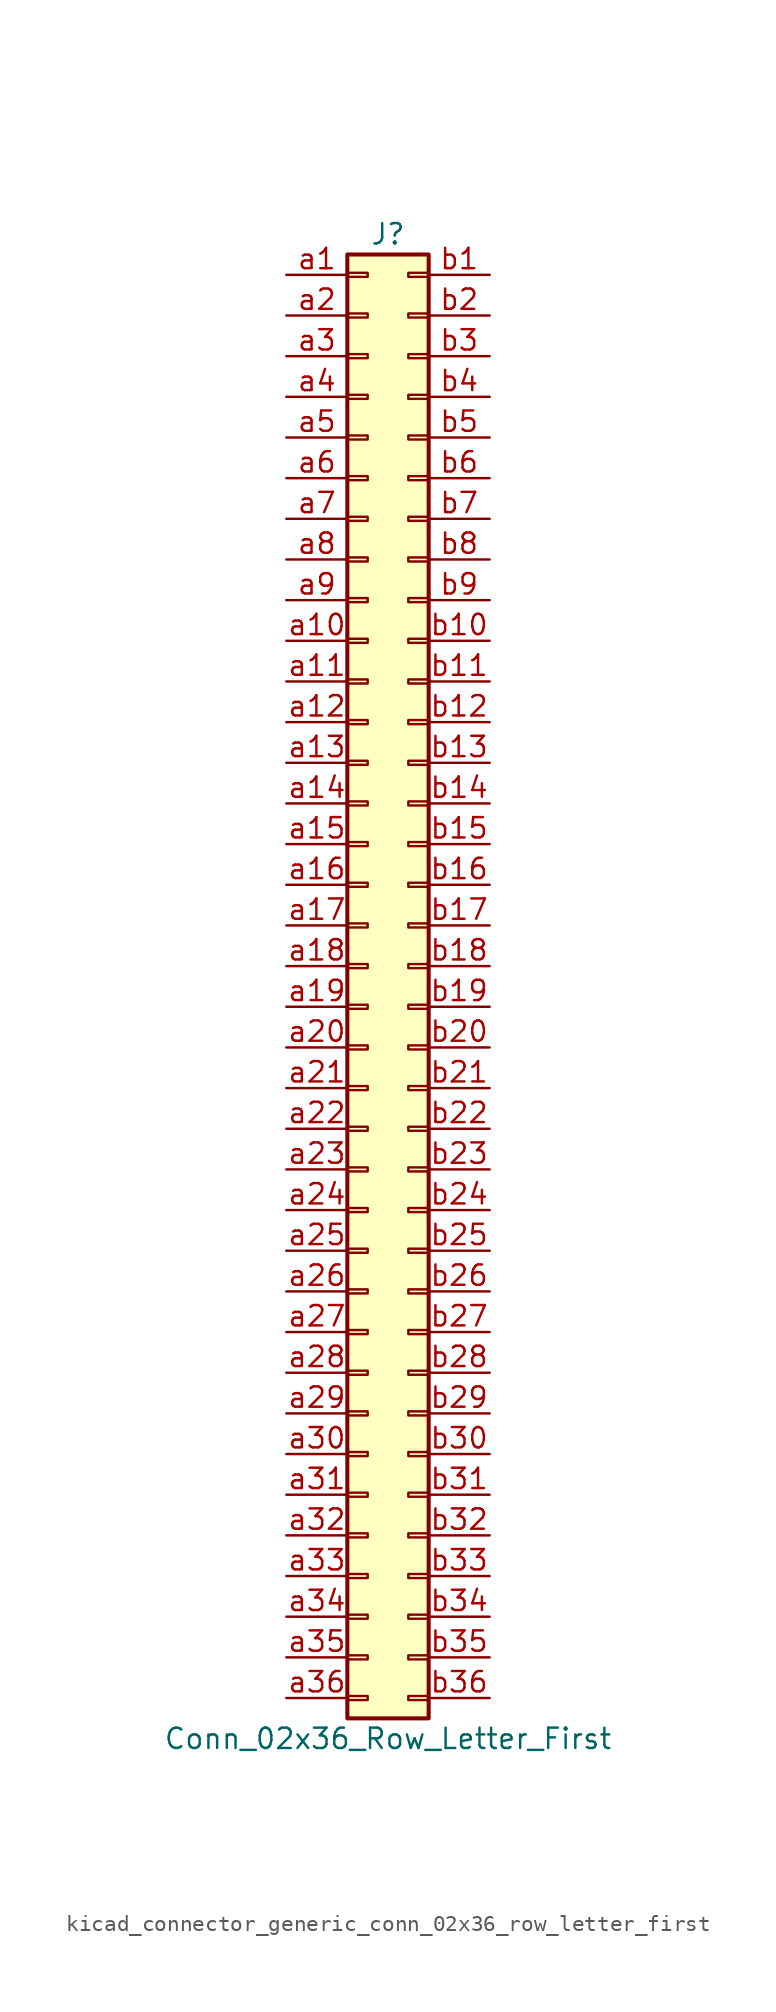
<source format=kicad_sym>
(kicad_symbol_lib
  (version 20220914)
  (generator kicad_symbol_editor)
  (symbol "kicad_connector_generic_conn_02x36_row_letter_first"
    (pin_names
      (offset 1.016) hide)
    (property "Reference" "J"
      (at 1.27 45.72 0)
      (effects (font (size 1.27 1.27))))
    (property "Value" "Conn_02x36_Row_Letter_First"
      (at 1.27 -48.26 0)
      (effects (font (size 1.27 1.27))))
    (symbol "kicad_connector_generic_conn_02x36_row_letter_first_1_1"
      (rectangle (start -1.27 -45.593) (end 0 -45.847) (stroke (width 0.152) (type default)) (fill (type none)))
      (rectangle (start -1.27 -43.053) (end 0 -43.307) (stroke (width 0.152) (type default)) (fill (type none)))
      (rectangle (start -1.27 -40.513) (end 0 -40.767) (stroke (width 0.152) (type default)) (fill (type none)))
      (rectangle (start -1.27 -37.973) (end 0 -38.227) (stroke (width 0.152) (type default)) (fill (type none)))
      (rectangle (start -1.27 -35.433) (end 0 -35.687) (stroke (width 0.152) (type default)) (fill (type none)))
      (rectangle (start -1.27 -32.893) (end 0 -33.147) (stroke (width 0.152) (type default)) (fill (type none)))
      (rectangle (start -1.27 -30.353) (end 0 -30.607) (stroke (width 0.152) (type default)) (fill (type none)))
      (rectangle (start -1.27 -27.813) (end 0 -28.067) (stroke (width 0.152) (type default)) (fill (type none)))
      (rectangle (start -1.27 -25.273) (end 0 -25.527) (stroke (width 0.152) (type default)) (fill (type none)))
      (rectangle (start -1.27 -22.733) (end 0 -22.987) (stroke (width 0.152) (type default)) (fill (type none)))
      (rectangle (start -1.27 -20.193) (end 0 -20.447) (stroke (width 0.152) (type default)) (fill (type none)))
      (rectangle (start -1.27 -17.653) (end 0 -17.907) (stroke (width 0.152) (type default)) (fill (type none)))
      (rectangle (start -1.27 -15.113) (end 0 -15.367) (stroke (width 0.152) (type default)) (fill (type none)))
      (rectangle (start -1.27 -12.573) (end 0 -12.827) (stroke (width 0.152) (type default)) (fill (type none)))
      (rectangle (start -1.27 -10.033) (end 0 -10.287) (stroke (width 0.152) (type default)) (fill (type none)))
      (rectangle (start -1.27 -7.493) (end 0 -7.747) (stroke (width 0.152) (type default)) (fill (type none)))
      (rectangle (start -1.27 -4.953) (end 0 -5.207) (stroke (width 0.152) (type default)) (fill (type none)))
      (rectangle (start -1.27 -2.413) (end 0 -2.667) (stroke (width 0.152) (type default)) (fill (type none)))
      (rectangle (start -1.27 0.127) (end 0 -0.127) (stroke (width 0.152) (type default)) (fill (type none)))
      (rectangle (start -1.27 2.667) (end 0 2.413) (stroke (width 0.152) (type default)) (fill (type none)))
      (rectangle (start -1.27 5.207) (end 0 4.953) (stroke (width 0.152) (type default)) (fill (type none)))
      (rectangle (start -1.27 7.747) (end 0 7.493) (stroke (width 0.152) (type default)) (fill (type none)))
      (rectangle (start -1.27 10.287) (end 0 10.033) (stroke (width 0.152) (type default)) (fill (type none)))
      (rectangle (start -1.27 12.827) (end 0 12.573) (stroke (width 0.152) (type default)) (fill (type none)))
      (rectangle (start -1.27 15.367) (end 0 15.113) (stroke (width 0.152) (type default)) (fill (type none)))
      (rectangle (start -1.27 17.907) (end 0 17.653) (stroke (width 0.152) (type default)) (fill (type none)))
      (rectangle (start -1.27 20.447) (end 0 20.193) (stroke (width 0.152) (type default)) (fill (type none)))
      (rectangle (start -1.27 22.987) (end 0 22.733) (stroke (width 0.152) (type default)) (fill (type none)))
      (rectangle (start -1.27 25.527) (end 0 25.273) (stroke (width 0.152) (type default)) (fill (type none)))
      (rectangle (start -1.27 28.067) (end 0 27.813) (stroke (width 0.152) (type default)) (fill (type none)))
      (rectangle (start -1.27 30.607) (end 0 30.353) (stroke (width 0.152) (type default)) (fill (type none)))
      (rectangle (start -1.27 33.147) (end 0 32.893) (stroke (width 0.152) (type default)) (fill (type none)))
      (rectangle (start -1.27 35.687) (end 0 35.433) (stroke (width 0.152) (type default)) (fill (type none)))
      (rectangle (start -1.27 38.227) (end 0 37.973) (stroke (width 0.152) (type default)) (fill (type none)))
      (rectangle (start -1.27 40.767) (end 0 40.513) (stroke (width 0.152) (type default)) (fill (type none)))
      (rectangle (start -1.27 43.307) (end 0 43.053) (stroke (width 0.152) (type default)) (fill (type none)))
      (rectangle (start -1.27 44.45) (end 3.81 -46.99) (stroke (width 0.254) (type default)) (fill (type background)))
      (rectangle (start 3.81 -45.593) (end 2.54 -45.847) (stroke (width 0.152) (type default)) (fill (type none)))
      (rectangle (start 3.81 -43.053) (end 2.54 -43.307) (stroke (width 0.152) (type default)) (fill (type none)))
      (rectangle (start 3.81 -40.513) (end 2.54 -40.767) (stroke (width 0.152) (type default)) (fill (type none)))
      (rectangle (start 3.81 -37.973) (end 2.54 -38.227) (stroke (width 0.152) (type default)) (fill (type none)))
      (rectangle (start 3.81 -35.433) (end 2.54 -35.687) (stroke (width 0.152) (type default)) (fill (type none)))
      (rectangle (start 3.81 -32.893) (end 2.54 -33.147) (stroke (width 0.152) (type default)) (fill (type none)))
      (rectangle (start 3.81 -30.353) (end 2.54 -30.607) (stroke (width 0.152) (type default)) (fill (type none)))
      (rectangle (start 3.81 -27.813) (end 2.54 -28.067) (stroke (width 0.152) (type default)) (fill (type none)))
      (rectangle (start 3.81 -25.273) (end 2.54 -25.527) (stroke (width 0.152) (type default)) (fill (type none)))
      (rectangle (start 3.81 -22.733) (end 2.54 -22.987) (stroke (width 0.152) (type default)) (fill (type none)))
      (rectangle (start 3.81 -20.193) (end 2.54 -20.447) (stroke (width 0.152) (type default)) (fill (type none)))
      (rectangle (start 3.81 -17.653) (end 2.54 -17.907) (stroke (width 0.152) (type default)) (fill (type none)))
      (rectangle (start 3.81 -15.113) (end 2.54 -15.367) (stroke (width 0.152) (type default)) (fill (type none)))
      (rectangle (start 3.81 -12.573) (end 2.54 -12.827) (stroke (width 0.152) (type default)) (fill (type none)))
      (rectangle (start 3.81 -10.033) (end 2.54 -10.287) (stroke (width 0.152) (type default)) (fill (type none)))
      (rectangle (start 3.81 -7.493) (end 2.54 -7.747) (stroke (width 0.152) (type default)) (fill (type none)))
      (rectangle (start 3.81 -4.953) (end 2.54 -5.207) (stroke (width 0.152) (type default)) (fill (type none)))
      (rectangle (start 3.81 -2.413) (end 2.54 -2.667) (stroke (width 0.152) (type default)) (fill (type none)))
      (rectangle (start 3.81 0.127) (end 2.54 -0.127) (stroke (width 0.152) (type default)) (fill (type none)))
      (rectangle (start 3.81 2.667) (end 2.54 2.413) (stroke (width 0.152) (type default)) (fill (type none)))
      (rectangle (start 3.81 5.207) (end 2.54 4.953) (stroke (width 0.152) (type default)) (fill (type none)))
      (rectangle (start 3.81 7.747) (end 2.54 7.493) (stroke (width 0.152) (type default)) (fill (type none)))
      (rectangle (start 3.81 10.287) (end 2.54 10.033) (stroke (width 0.152) (type default)) (fill (type none)))
      (rectangle (start 3.81 12.827) (end 2.54 12.573) (stroke (width 0.152) (type default)) (fill (type none)))
      (rectangle (start 3.81 15.367) (end 2.54 15.113) (stroke (width 0.152) (type default)) (fill (type none)))
      (rectangle (start 3.81 17.907) (end 2.54 17.653) (stroke (width 0.152) (type default)) (fill (type none)))
      (rectangle (start 3.81 20.447) (end 2.54 20.193) (stroke (width 0.152) (type default)) (fill (type none)))
      (rectangle (start 3.81 22.987) (end 2.54 22.733) (stroke (width 0.152) (type default)) (fill (type none)))
      (rectangle (start 3.81 25.527) (end 2.54 25.273) (stroke (width 0.152) (type default)) (fill (type none)))
      (rectangle (start 3.81 28.067) (end 2.54 27.813) (stroke (width 0.152) (type default)) (fill (type none)))
      (rectangle (start 3.81 30.607) (end 2.54 30.353) (stroke (width 0.152) (type default)) (fill (type none)))
      (rectangle (start 3.81 33.147) (end 2.54 32.893) (stroke (width 0.152) (type default)) (fill (type none)))
      (rectangle (start 3.81 35.687) (end 2.54 35.433) (stroke (width 0.152) (type default)) (fill (type none)))
      (rectangle (start 3.81 38.227) (end 2.54 37.973) (stroke (width 0.152) (type default)) (fill (type none)))
      (rectangle (start 3.81 40.767) (end 2.54 40.513) (stroke (width 0.152) (type default)) (fill (type none)))
      (rectangle (start 3.81 43.307) (end 2.54 43.053) (stroke (width 0.152) (type default)) (fill (type none)))
      (pin passive line (at -5.08 43.18 0) (length 3.81) (name "Pin_a1" (effects (font (size 1.27 1.27)))) (number "a1" (effects (font (size 1.27 1.27)))))
      (pin passive line (at -5.08 20.32 0) (length 3.81) (name "Pin_a10" (effects (font (size 1.27 1.27)))) (number "a10" (effects (font (size 1.27 1.27)))))
      (pin passive line (at -5.08 17.78 0) (length 3.81) (name "Pin_a11" (effects (font (size 1.27 1.27)))) (number "a11" (effects (font (size 1.27 1.27)))))
      (pin passive line (at -5.08 15.24 0) (length 3.81) (name "Pin_a12" (effects (font (size 1.27 1.27)))) (number "a12" (effects (font (size 1.27 1.27)))))
      (pin passive line (at -5.08 12.7 0) (length 3.81) (name "Pin_a13" (effects (font (size 1.27 1.27)))) (number "a13" (effects (font (size 1.27 1.27)))))
      (pin passive line (at -5.08 10.16 0) (length 3.81) (name "Pin_a14" (effects (font (size 1.27 1.27)))) (number "a14" (effects (font (size 1.27 1.27)))))
      (pin passive line (at -5.08 7.62 0) (length 3.81) (name "Pin_a15" (effects (font (size 1.27 1.27)))) (number "a15" (effects (font (size 1.27 1.27)))))
      (pin passive line (at -5.08 5.08 0) (length 3.81) (name "Pin_a16" (effects (font (size 1.27 1.27)))) (number "a16" (effects (font (size 1.27 1.27)))))
      (pin passive line (at -5.08 2.54 0) (length 3.81) (name "Pin_a17" (effects (font (size 1.27 1.27)))) (number "a17" (effects (font (size 1.27 1.27)))))
      (pin passive line (at -5.08 0 0) (length 3.81) (name "Pin_a18" (effects (font (size 1.27 1.27)))) (number "a18" (effects (font (size 1.27 1.27)))))
      (pin passive line (at -5.08 -2.54 0) (length 3.81) (name "Pin_a19" (effects (font (size 1.27 1.27)))) (number "a19" (effects (font (size 1.27 1.27)))))
      (pin passive line (at -5.08 40.64 0) (length 3.81) (name "Pin_a2" (effects (font (size 1.27 1.27)))) (number "a2" (effects (font (size 1.27 1.27)))))
      (pin passive line (at -5.08 -5.08 0) (length 3.81) (name "Pin_a20" (effects (font (size 1.27 1.27)))) (number "a20" (effects (font (size 1.27 1.27)))))
      (pin passive line (at -5.08 -7.62 0) (length 3.81) (name "Pin_a21" (effects (font (size 1.27 1.27)))) (number "a21" (effects (font (size 1.27 1.27)))))
      (pin passive line (at -5.08 -10.16 0) (length 3.81) (name "Pin_a22" (effects (font (size 1.27 1.27)))) (number "a22" (effects (font (size 1.27 1.27)))))
      (pin passive line (at -5.08 -12.7 0) (length 3.81) (name "Pin_a23" (effects (font (size 1.27 1.27)))) (number "a23" (effects (font (size 1.27 1.27)))))
      (pin passive line (at -5.08 -15.24 0) (length 3.81) (name "Pin_a24" (effects (font (size 1.27 1.27)))) (number "a24" (effects (font (size 1.27 1.27)))))
      (pin passive line (at -5.08 -17.78 0) (length 3.81) (name "Pin_a25" (effects (font (size 1.27 1.27)))) (number "a25" (effects (font (size 1.27 1.27)))))
      (pin passive line (at -5.08 -20.32 0) (length 3.81) (name "Pin_a26" (effects (font (size 1.27 1.27)))) (number "a26" (effects (font (size 1.27 1.27)))))
      (pin passive line (at -5.08 -22.86 0) (length 3.81) (name "Pin_a27" (effects (font (size 1.27 1.27)))) (number "a27" (effects (font (size 1.27 1.27)))))
      (pin passive line (at -5.08 -25.4 0) (length 3.81) (name "Pin_a28" (effects (font (size 1.27 1.27)))) (number "a28" (effects (font (size 1.27 1.27)))))
      (pin passive line (at -5.08 -27.94 0) (length 3.81) (name "Pin_a29" (effects (font (size 1.27 1.27)))) (number "a29" (effects (font (size 1.27 1.27)))))
      (pin passive line (at -5.08 38.1 0) (length 3.81) (name "Pin_a3" (effects (font (size 1.27 1.27)))) (number "a3" (effects (font (size 1.27 1.27)))))
      (pin passive line (at -5.08 -30.48 0) (length 3.81) (name "Pin_a30" (effects (font (size 1.27 1.27)))) (number "a30" (effects (font (size 1.27 1.27)))))
      (pin passive line (at -5.08 -33.02 0) (length 3.81) (name "Pin_a31" (effects (font (size 1.27 1.27)))) (number "a31" (effects (font (size 1.27 1.27)))))
      (pin passive line (at -5.08 -35.56 0) (length 3.81) (name "Pin_a32" (effects (font (size 1.27 1.27)))) (number "a32" (effects (font (size 1.27 1.27)))))
      (pin passive line (at -5.08 -38.1 0) (length 3.81) (name "Pin_a33" (effects (font (size 1.27 1.27)))) (number "a33" (effects (font (size 1.27 1.27)))))
      (pin passive line (at -5.08 -40.64 0) (length 3.81) (name "Pin_a34" (effects (font (size 1.27 1.27)))) (number "a34" (effects (font (size 1.27 1.27)))))
      (pin passive line (at -5.08 -43.18 0) (length 3.81) (name "Pin_a35" (effects (font (size 1.27 1.27)))) (number "a35" (effects (font (size 1.27 1.27)))))
      (pin passive line (at -5.08 -45.72 0) (length 3.81) (name "Pin_a36" (effects (font (size 1.27 1.27)))) (number "a36" (effects (font (size 1.27 1.27)))))
      (pin passive line (at -5.08 35.56 0) (length 3.81) (name "Pin_a4" (effects (font (size 1.27 1.27)))) (number "a4" (effects (font (size 1.27 1.27)))))
      (pin passive line (at -5.08 33.02 0) (length 3.81) (name "Pin_a5" (effects (font (size 1.27 1.27)))) (number "a5" (effects (font (size 1.27 1.27)))))
      (pin passive line (at -5.08 30.48 0) (length 3.81) (name "Pin_a6" (effects (font (size 1.27 1.27)))) (number "a6" (effects (font (size 1.27 1.27)))))
      (pin passive line (at -5.08 27.94 0) (length 3.81) (name "Pin_a7" (effects (font (size 1.27 1.27)))) (number "a7" (effects (font (size 1.27 1.27)))))
      (pin passive line (at -5.08 25.4 0) (length 3.81) (name "Pin_a8" (effects (font (size 1.27 1.27)))) (number "a8" (effects (font (size 1.27 1.27)))))
      (pin passive line (at -5.08 22.86 0) (length 3.81) (name "Pin_a9" (effects (font (size 1.27 1.27)))) (number "a9" (effects (font (size 1.27 1.27)))))
      (pin passive line (at 7.62 43.18 180) (length 3.81) (name "Pin_b1" (effects (font (size 1.27 1.27)))) (number "b1" (effects (font (size 1.27 1.27)))))
      (pin passive line (at 7.62 20.32 180) (length 3.81) (name "Pin_b10" (effects (font (size 1.27 1.27)))) (number "b10" (effects (font (size 1.27 1.27)))))
      (pin passive line (at 7.62 17.78 180) (length 3.81) (name "Pin_b11" (effects (font (size 1.27 1.27)))) (number "b11" (effects (font (size 1.27 1.27)))))
      (pin passive line (at 7.62 15.24 180) (length 3.81) (name "Pin_b12" (effects (font (size 1.27 1.27)))) (number "b12" (effects (font (size 1.27 1.27)))))
      (pin passive line (at 7.62 12.7 180) (length 3.81) (name "Pin_b13" (effects (font (size 1.27 1.27)))) (number "b13" (effects (font (size 1.27 1.27)))))
      (pin passive line (at 7.62 10.16 180) (length 3.81) (name "Pin_b14" (effects (font (size 1.27 1.27)))) (number "b14" (effects (font (size 1.27 1.27)))))
      (pin passive line (at 7.62 7.62 180) (length 3.81) (name "Pin_b15" (effects (font (size 1.27 1.27)))) (number "b15" (effects (font (size 1.27 1.27)))))
      (pin passive line (at 7.62 5.08 180) (length 3.81) (name "Pin_b16" (effects (font (size 1.27 1.27)))) (number "b16" (effects (font (size 1.27 1.27)))))
      (pin passive line (at 7.62 2.54 180) (length 3.81) (name "Pin_b17" (effects (font (size 1.27 1.27)))) (number "b17" (effects (font (size 1.27 1.27)))))
      (pin passive line (at 7.62 0 180) (length 3.81) (name "Pin_b18" (effects (font (size 1.27 1.27)))) (number "b18" (effects (font (size 1.27 1.27)))))
      (pin passive line (at 7.62 -2.54 180) (length 3.81) (name "Pin_b19" (effects (font (size 1.27 1.27)))) (number "b19" (effects (font (size 1.27 1.27)))))
      (pin passive line (at 7.62 40.64 180) (length 3.81) (name "Pin_b2" (effects (font (size 1.27 1.27)))) (number "b2" (effects (font (size 1.27 1.27)))))
      (pin passive line (at 7.62 -5.08 180) (length 3.81) (name "Pin_b20" (effects (font (size 1.27 1.27)))) (number "b20" (effects (font (size 1.27 1.27)))))
      (pin passive line (at 7.62 -7.62 180) (length 3.81) (name "Pin_b21" (effects (font (size 1.27 1.27)))) (number "b21" (effects (font (size 1.27 1.27)))))
      (pin passive line (at 7.62 -10.16 180) (length 3.81) (name "Pin_b22" (effects (font (size 1.27 1.27)))) (number "b22" (effects (font (size 1.27 1.27)))))
      (pin passive line (at 7.62 -12.7 180) (length 3.81) (name "Pin_b23" (effects (font (size 1.27 1.27)))) (number "b23" (effects (font (size 1.27 1.27)))))
      (pin passive line (at 7.62 -15.24 180) (length 3.81) (name "Pin_b24" (effects (font (size 1.27 1.27)))) (number "b24" (effects (font (size 1.27 1.27)))))
      (pin passive line (at 7.62 -17.78 180) (length 3.81) (name "Pin_b25" (effects (font (size 1.27 1.27)))) (number "b25" (effects (font (size 1.27 1.27)))))
      (pin passive line (at 7.62 -20.32 180) (length 3.81) (name "Pin_b26" (effects (font (size 1.27 1.27)))) (number "b26" (effects (font (size 1.27 1.27)))))
      (pin passive line (at 7.62 -22.86 180) (length 3.81) (name "Pin_b27" (effects (font (size 1.27 1.27)))) (number "b27" (effects (font (size 1.27 1.27)))))
      (pin passive line (at 7.62 -25.4 180) (length 3.81) (name "Pin_b28" (effects (font (size 1.27 1.27)))) (number "b28" (effects (font (size 1.27 1.27)))))
      (pin passive line (at 7.62 -27.94 180) (length 3.81) (name "Pin_b29" (effects (font (size 1.27 1.27)))) (number "b29" (effects (font (size 1.27 1.27)))))
      (pin passive line (at 7.62 38.1 180) (length 3.81) (name "Pin_b3" (effects (font (size 1.27 1.27)))) (number "b3" (effects (font (size 1.27 1.27)))))
      (pin passive line (at 7.62 -30.48 180) (length 3.81) (name "Pin_b30" (effects (font (size 1.27 1.27)))) (number "b30" (effects (font (size 1.27 1.27)))))
      (pin passive line (at 7.62 -33.02 180) (length 3.81) (name "Pin_b31" (effects (font (size 1.27 1.27)))) (number "b31" (effects (font (size 1.27 1.27)))))
      (pin passive line (at 7.62 -35.56 180) (length 3.81) (name "Pin_b32" (effects (font (size 1.27 1.27)))) (number "b32" (effects (font (size 1.27 1.27)))))
      (pin passive line (at 7.62 -38.1 180) (length 3.81) (name "Pin_b33" (effects (font (size 1.27 1.27)))) (number "b33" (effects (font (size 1.27 1.27)))))
      (pin passive line (at 7.62 -40.64 180) (length 3.81) (name "Pin_b34" (effects (font (size 1.27 1.27)))) (number "b34" (effects (font (size 1.27 1.27)))))
      (pin passive line (at 7.62 -43.18 180) (length 3.81) (name "Pin_b35" (effects (font (size 1.27 1.27)))) (number "b35" (effects (font (size 1.27 1.27)))))
      (pin passive line (at 7.62 -45.72 180) (length 3.81) (name "Pin_b36" (effects (font (size 1.27 1.27)))) (number "b36" (effects (font (size 1.27 1.27)))))
      (pin passive line (at 7.62 35.56 180) (length 3.81) (name "Pin_b4" (effects (font (size 1.27 1.27)))) (number "b4" (effects (font (size 1.27 1.27)))))
      (pin passive line (at 7.62 33.02 180) (length 3.81) (name "Pin_b5" (effects (font (size 1.27 1.27)))) (number "b5" (effects (font (size 1.27 1.27)))))
      (pin passive line (at 7.62 30.48 180) (length 3.81) (name "Pin_b6" (effects (font (size 1.27 1.27)))) (number "b6" (effects (font (size 1.27 1.27)))))
      (pin passive line (at 7.62 27.94 180) (length 3.81) (name "Pin_b7" (effects (font (size 1.27 1.27)))) (number "b7" (effects (font (size 1.27 1.27)))))
      (pin passive line (at 7.62 25.4 180) (length 3.81) (name "Pin_b8" (effects (font (size 1.27 1.27)))) (number "b8" (effects (font (size 1.27 1.27)))))
      (pin passive line (at 7.62 22.86 180) (length 3.81) (name "Pin_b9" (effects (font (size 1.27 1.27)))) (number "b9" (effects (font (size 1.27 1.27))))))))
</source>
